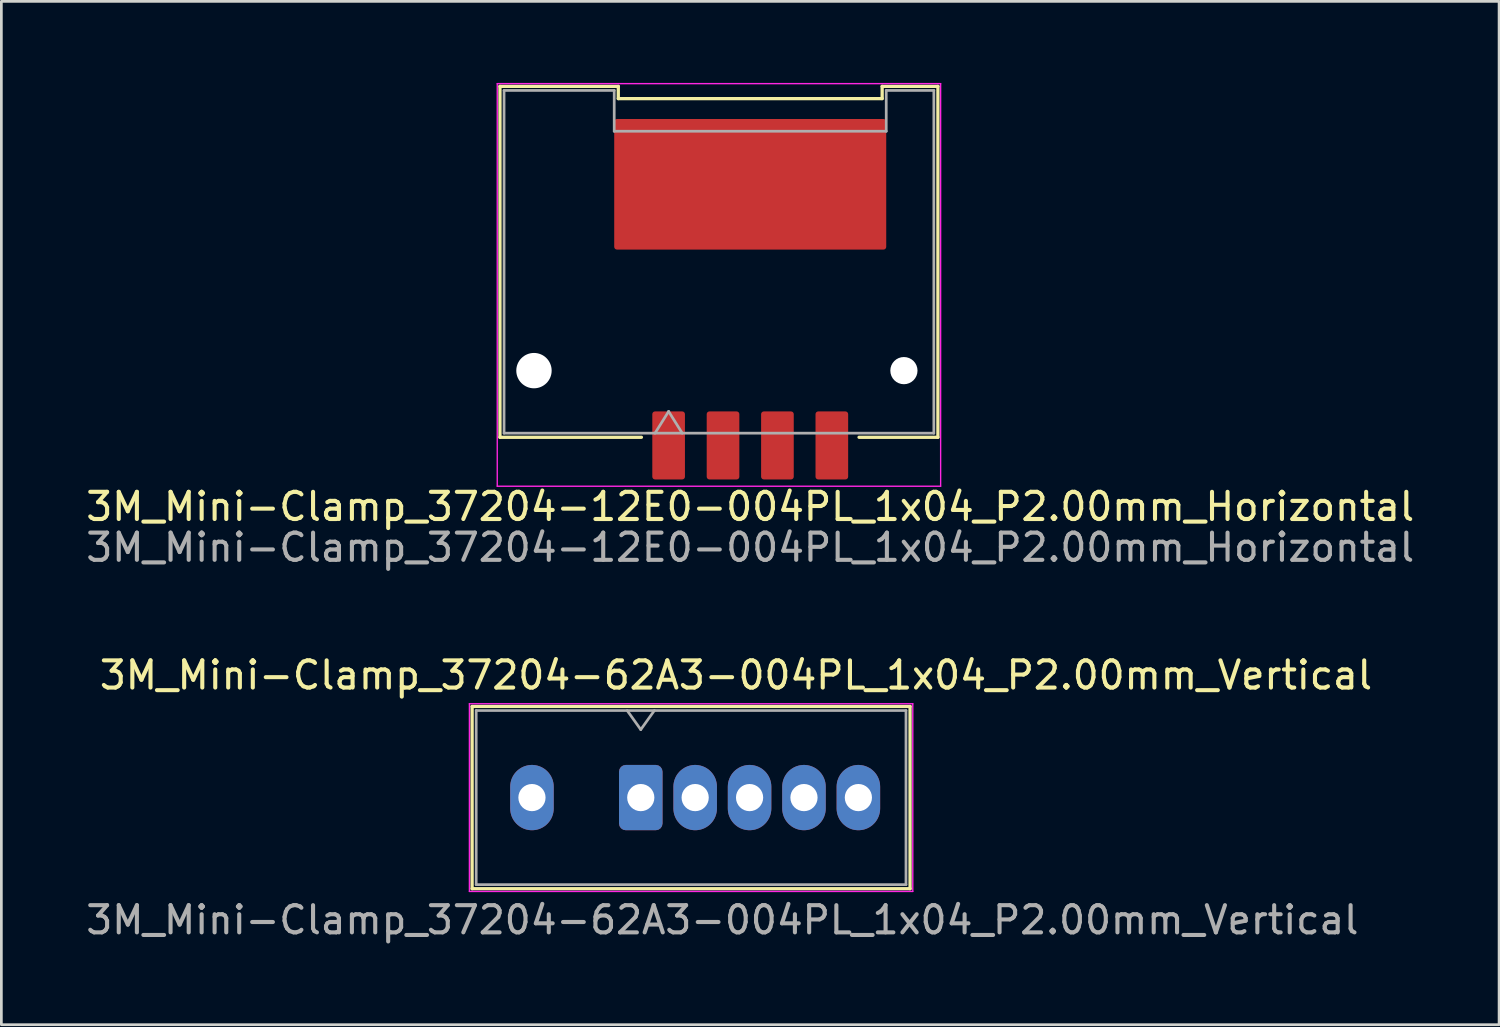
<source format=kicad_pcb>
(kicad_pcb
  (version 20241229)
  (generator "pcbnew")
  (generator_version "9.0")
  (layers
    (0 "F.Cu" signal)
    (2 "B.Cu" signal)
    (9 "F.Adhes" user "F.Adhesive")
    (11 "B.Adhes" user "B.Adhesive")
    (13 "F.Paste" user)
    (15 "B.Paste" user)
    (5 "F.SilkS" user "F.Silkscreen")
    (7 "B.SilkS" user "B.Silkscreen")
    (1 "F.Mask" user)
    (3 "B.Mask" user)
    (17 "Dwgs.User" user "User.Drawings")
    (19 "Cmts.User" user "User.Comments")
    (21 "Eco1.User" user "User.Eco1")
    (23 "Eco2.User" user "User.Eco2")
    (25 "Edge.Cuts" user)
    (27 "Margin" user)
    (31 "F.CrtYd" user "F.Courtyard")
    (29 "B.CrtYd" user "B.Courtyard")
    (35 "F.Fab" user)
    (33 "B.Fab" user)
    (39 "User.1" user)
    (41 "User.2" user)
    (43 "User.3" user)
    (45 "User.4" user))
  (footprint "3M_Mini-Clamp_37204-12E0-004PL_1x04_P2.00mm_Horizontal"
    (layer "F.Cu")
    (at 24.53 10.575)
    (property "Reference" "3M_Mini-Clamp_37204-12E0-004PL_1x04_P2.00mm_Horizontal" (at 0 5 0) (layer "F.SilkS") (effects (font (size 1 1) (thickness 0.15))))
    (attr smd)
    (fp_line (start -9.2 -10.45) (end -4.85 -10.45) (stroke (width 0.12) (type solid)) (layer "F.SilkS"))
    (fp_line (start -9.2 2.45) (end -9.2 -10.45) (stroke (width 0.12) (type solid)) (layer "F.SilkS"))
    (fp_line (start -9.2 2.45) (end -4 2.45) (stroke (width 0.12) (type solid)) (layer "F.SilkS"))
    (fp_line (start -4.85 -10.45) (end -4.85 -10) (stroke (width 0.12) (type default)) (layer "F.SilkS"))
    (fp_line (start -4.85 -10) (end 4.85 -10) (stroke (width 0.12) (type default)) (layer "F.SilkS"))
    (fp_line (start 4 2.45) (end 6.9 2.45) (stroke (width 0.12) (type solid)) (layer "F.SilkS"))
    (fp_line (start 4.85 -10.45) (end 6.9 -10.45) (stroke (width 0.12) (type solid)) (layer "F.SilkS"))
    (fp_line (start 4.85 -10) (end 4.85 -10.45) (stroke (width 0.12) (type default)) (layer "F.SilkS"))
    (fp_line (start 6.9 2.45) (end 6.9 -10.45) (stroke (width 0.12) (type solid)) (layer "F.SilkS"))
    (fp_line (start -9.3 -10.55) (end -9.3 4.25) (stroke (width 0.05) (type solid)) (layer "F.CrtYd"))
    (fp_line (start -9.3 4.25) (end 7 4.25) (stroke (width 0.05) (type solid)) (layer "F.CrtYd"))
    (fp_line (start 7 -10.55) (end -9.3 -10.55) (stroke (width 0.05) (type solid)) (layer "F.CrtYd"))
    (fp_line (start 7 4.25) (end 7 -10.55) (stroke (width 0.05) (type solid)) (layer "F.CrtYd"))
    (fp_line (start -9.05 -10.3) (end -5 -10.3) (stroke (width 0.1) (type solid)) (layer "F.Fab"))
    (fp_line (start -9.05 2.3) (end -9.05 -10.3) (stroke (width 0.1) (type solid)) (layer "F.Fab"))
    (fp_line (start -9.05 2.3) (end 6.75 2.3) (stroke (width 0.1) (type solid)) (layer "F.Fab"))
    (fp_line (start -5 -10.3) (end -5 -8.8) (stroke (width 0.1) (type default)) (layer "F.Fab"))
    (fp_line (start -5 -8.8) (end 5 -8.8) (stroke (width 0.1) (type default)) (layer "F.Fab"))
    (fp_line (start -3.5 2.3) (end -3 1.5) (stroke (width 0.1) (type solid)) (layer "F.Fab"))
    (fp_line (start -3 1.5) (end -2.5 2.3) (stroke (width 0.1) (type solid)) (layer "F.Fab"))
    (fp_line (start 5 -10.3) (end 6.75 -10.3) (stroke (width 0.1) (type solid)) (layer "F.Fab"))
    (fp_line (start 5 -8.8) (end 5 -10.3) (stroke (width 0.1) (type default)) (layer "F.Fab"))
    (fp_line (start 6.75 -10.3) (end 6.75 2.3) (stroke (width 0.1) (type solid)) (layer "F.Fab"))
    (fp_text user "${REFERENCE}" (at 0 6.5 0) (layer "F.Fab") (effects (font (size 1 1) (thickness 0.15))))
    (pad "" np_thru_hole circle (at -7.95 0) (size 1.3 1.3) (drill 1.3) (layers "*.Cu" "*.Mask"))
    (pad "" smd roundrect (at 0 -6.85) (size 10 4.8) (layers "F.Cu" "F.Mask" "F.Paste") (roundrect_rratio 0.021))
    (pad "" np_thru_hole circle (at 5.65 0) (size 1 1) (drill 1) (layers "*.Cu" "*.Mask"))
    (pad "1" smd roundrect (at -3 2.75) (size 1.2 2.5) (layers "F.Cu" "F.Mask" "F.Paste") (roundrect_rratio 0.083))
    (pad "2" smd roundrect (at -1 2.75) (size 1.2 2.5) (layers "F.Cu" "F.Mask" "F.Paste") (roundrect_rratio 0.083))
    (pad "3" smd roundrect (at 1 2.75) (size 1.2 2.5) (layers "F.Cu" "F.Mask" "F.Paste") (roundrect_rratio 0.083))
    (pad "4" smd roundrect (at 3 2.75) (size 1.2 2.5) (layers "F.Cu" "F.Mask" "F.Paste") (roundrect_rratio 0.083)))
  (footprint "3M_Mini-Clamp_37204-62A3-004PL_1x04_P2.00mm_Vertical"
    (layer "F.Cu")
    (at 20.506 26.271)
    (property "Reference" "3M_Mini-Clamp_37204-62A3-004PL_1x04_P2.00mm_Vertical" (at 3.5 -4.5 0) (layer "F.SilkS") (effects (font (size 1 1) (thickness 0.15))))
    (attr through_hole)
    (fp_line (start -6.2 -3.35) (end 9.9 -3.35) (stroke (width 0.12) (type solid)) (layer "F.SilkS"))
    (fp_line (start -6.2 3.35) (end -6.2 -3.35) (stroke (width 0.12) (type solid)) (layer "F.SilkS"))
    (fp_line (start -6.2 3.35) (end 9.9 3.35) (stroke (width 0.12) (type solid)) (layer "F.SilkS"))
    (fp_line (start 9.9 3.35) (end 9.9 -3.35) (stroke (width 0.12) (type solid)) (layer "F.SilkS"))
    (fp_line (start -6.3 -3.45) (end -6.3 3.45) (stroke (width 0.05) (type solid)) (layer "F.CrtYd"))
    (fp_line (start -6.3 3.45) (end 10 3.45) (stroke (width 0.05) (type solid)) (layer "F.CrtYd"))
    (fp_line (start 10 -3.45) (end -6.3 -3.45) (stroke (width 0.05) (type solid)) (layer "F.CrtYd"))
    (fp_line (start 10 3.45) (end 10 -3.45) (stroke (width 0.05) (type solid)) (layer "F.CrtYd"))
    (fp_line (start -6.05 -3.2) (end 9.75 -3.2) (stroke (width 0.1) (type solid)) (layer "F.Fab"))
    (fp_line (start -6.05 3.2) (end -6.05 -3.2) (stroke (width 0.1) (type solid)) (layer "F.Fab"))
    (fp_line (start 0 -2.5) (end -0.5 -3.2) (stroke (width 0.1) (type solid)) (layer "F.Fab"))
    (fp_line (start 0.5 -3.2) (end 0 -2.5) (stroke (width 0.1) (type solid)) (layer "F.Fab"))
    (fp_line (start 9.75 -3.2) (end 9.75 3.2) (stroke (width 0.1) (type solid)) (layer "F.Fab"))
    (fp_line (start 9.75 3.2) (end -6.05 3.2) (stroke (width 0.1) (type solid)) (layer "F.Fab"))
    (fp_text user "${REFERENCE}" (at 3 4.5 0) (layer "F.Fab") (effects (font (size 1 1) (thickness 0.15))))
    (pad "" thru_hole oval (at -4 0) (size 1.6 2.4) (drill 1) (layers "*.Cu" "*.Mask"))
    (pad "" thru_hole oval (at 8 0) (size 1.6 2.4) (drill 1) (layers "*.Cu" "*.Mask"))
    (pad "1" thru_hole roundrect (at 0 0) (size 1.6 2.4) (drill 1) (layers "*.Cu" "*.Mask") (roundrect_rratio 0.156))
    (pad "2" thru_hole oval (at 2 0) (size 1.6 2.4) (drill 1) (layers "*.Cu" "*.Mask"))
    (pad "3" thru_hole oval (at 4 0) (size 1.6 2.4) (drill 1) (layers "*.Cu" "*.Mask"))
    (pad "4" thru_hole oval (at 6 0) (size 1.6 2.4) (drill 1) (layers "*.Cu" "*.Mask")))
  (gr_rect
    (start -3 -3)
    (end 52.06 34.62)
    (stroke (width 0.1) (type default))
    (fill no)
    (layer "Edge.Cuts")))
</source>
